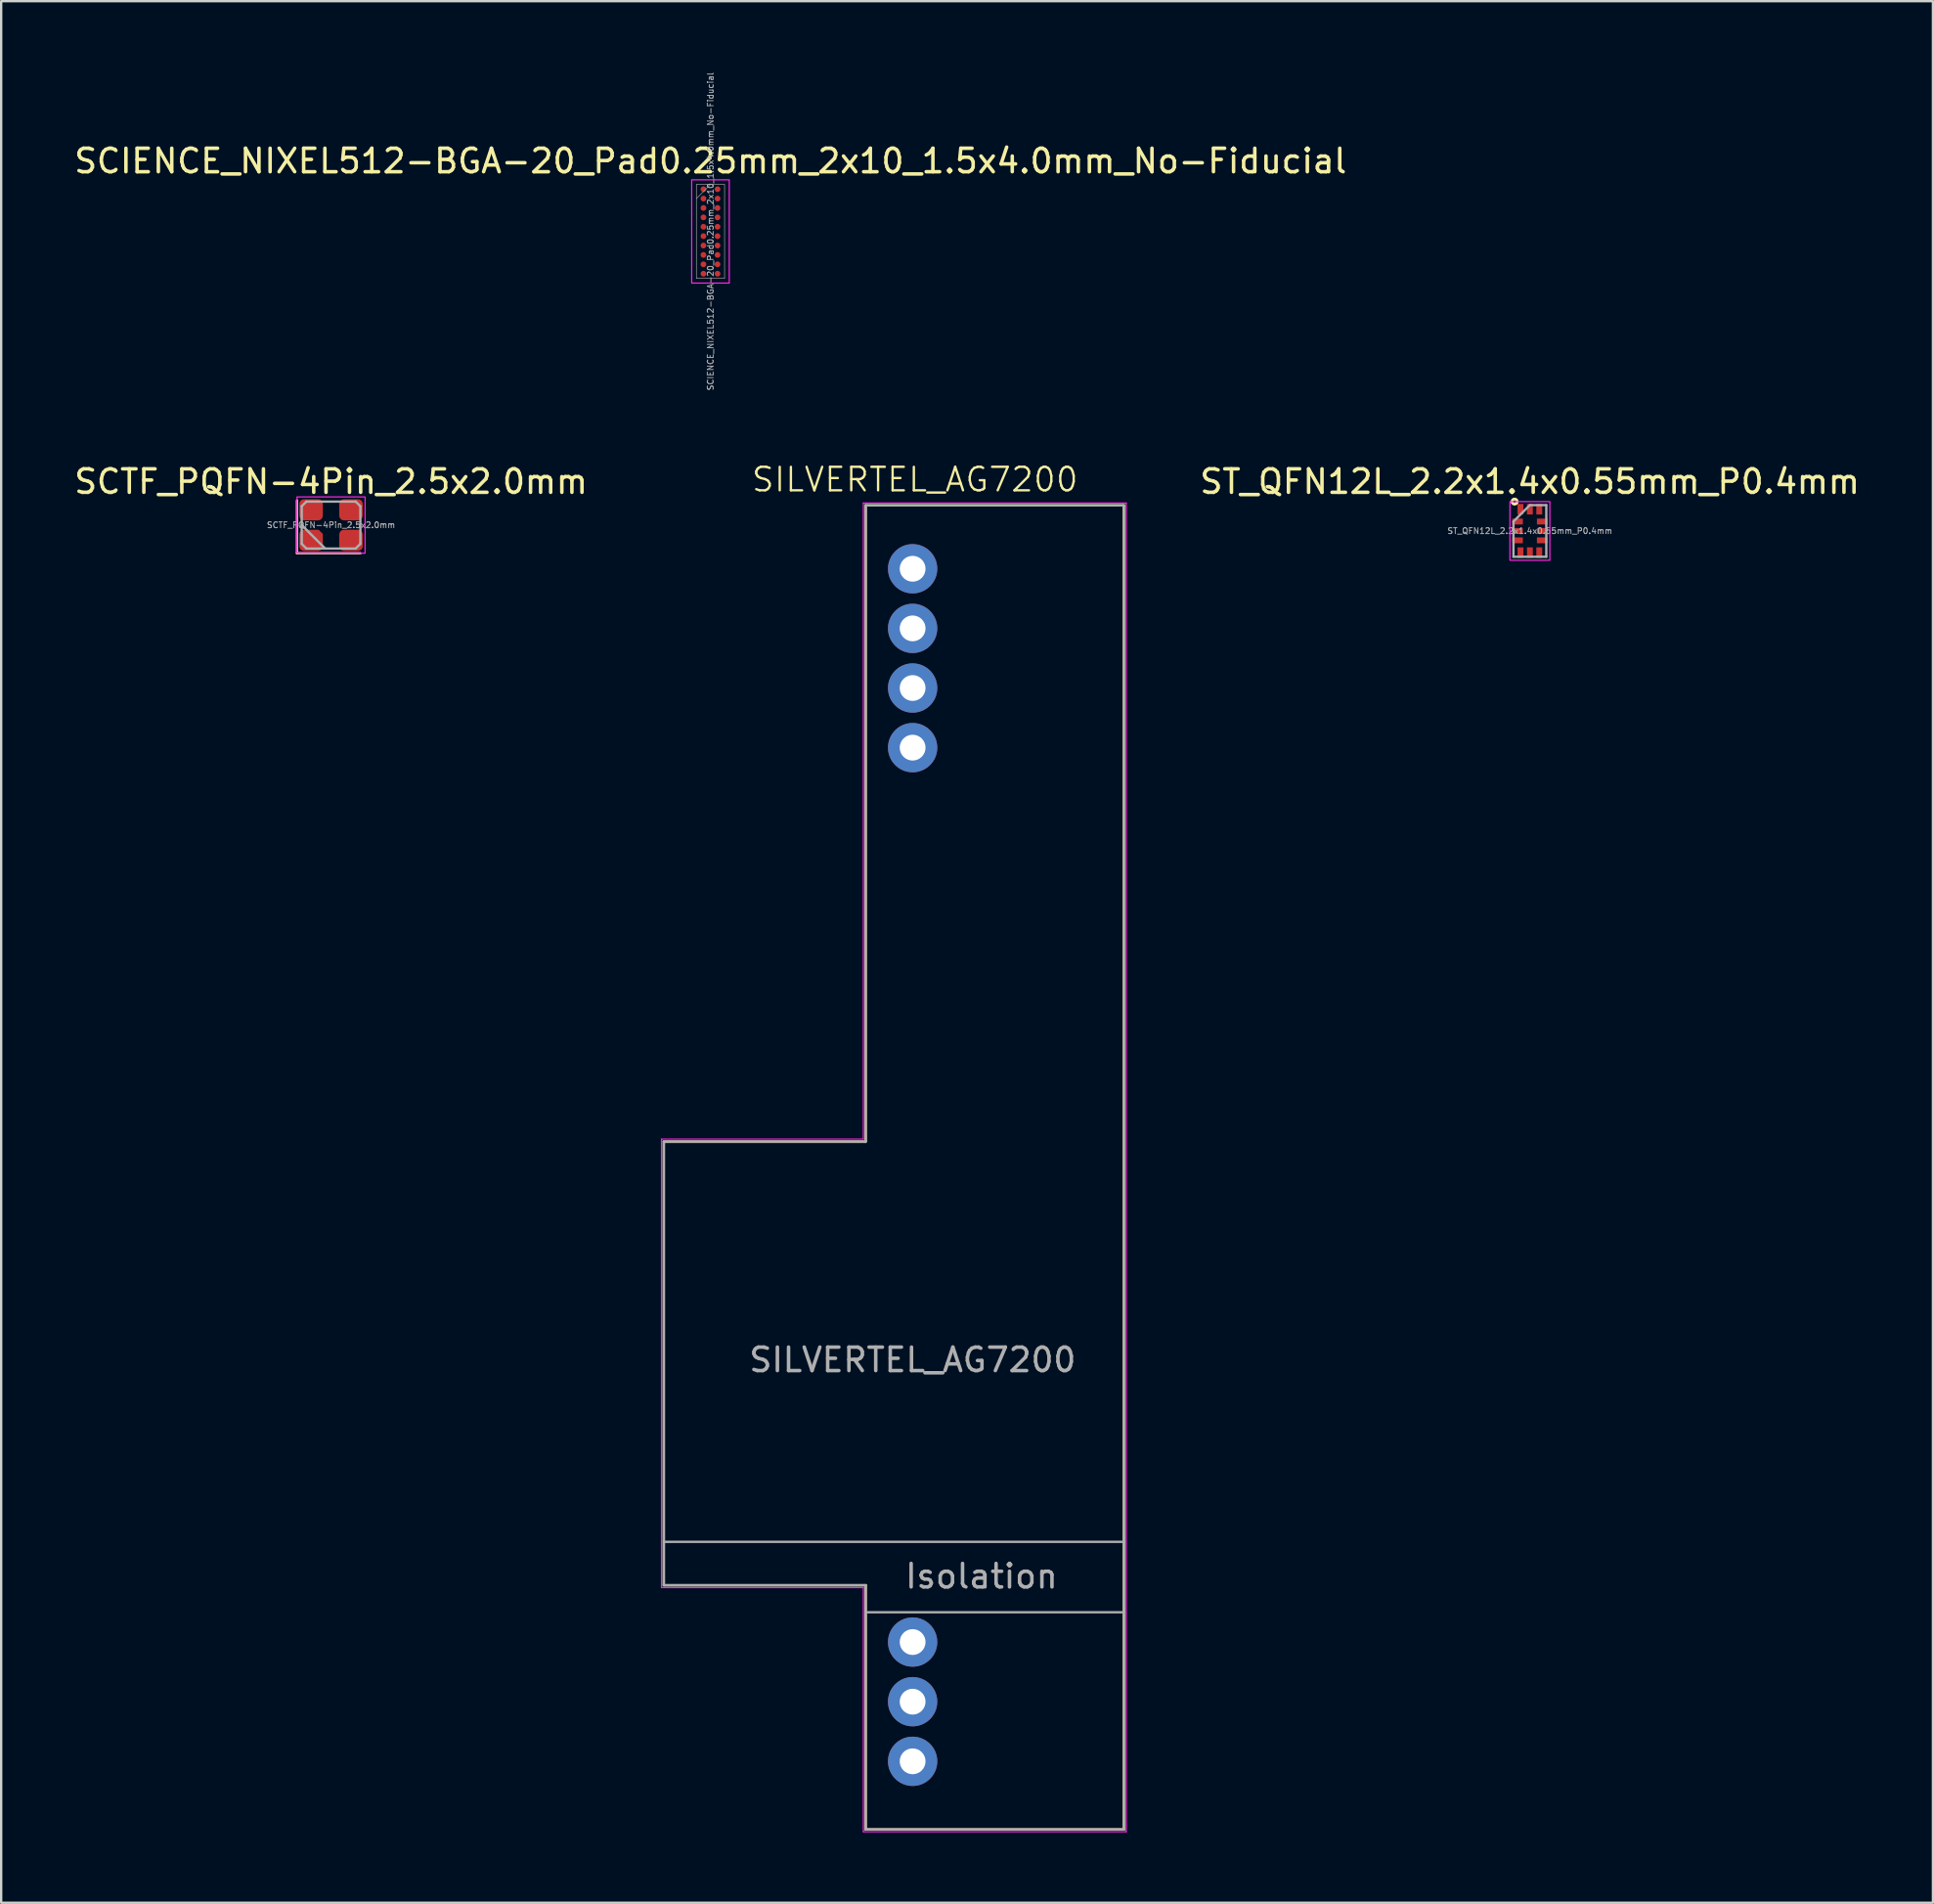
<source format=kicad_pcb>
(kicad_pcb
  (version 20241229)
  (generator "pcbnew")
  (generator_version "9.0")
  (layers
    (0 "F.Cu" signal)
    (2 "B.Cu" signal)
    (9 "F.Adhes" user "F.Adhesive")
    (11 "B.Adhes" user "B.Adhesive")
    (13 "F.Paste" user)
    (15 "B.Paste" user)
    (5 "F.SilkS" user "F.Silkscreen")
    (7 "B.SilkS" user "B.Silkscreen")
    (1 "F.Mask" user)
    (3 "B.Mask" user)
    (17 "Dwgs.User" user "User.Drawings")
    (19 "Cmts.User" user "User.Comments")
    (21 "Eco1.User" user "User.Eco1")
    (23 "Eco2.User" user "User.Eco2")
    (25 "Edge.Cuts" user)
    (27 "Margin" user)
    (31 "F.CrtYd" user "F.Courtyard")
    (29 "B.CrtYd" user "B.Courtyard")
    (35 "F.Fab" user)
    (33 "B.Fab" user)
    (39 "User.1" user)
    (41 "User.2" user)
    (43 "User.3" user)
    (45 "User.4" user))
  (footprint "SCTF_PQFN-4Pin_2.5x2.0mm"
    (layer "F.Cu")
    (at 11.054 19.316)
    (property "Reference" "SCTF_PQFN-4Pin_2.5x2.0mm" (at 0 -1.85 0) (layer "F.SilkS") (effects (font (size 1 1) (thickness 0.15))))
    (attr smd)
    (fp_line (start -1.45 -1.05) (end -1.45 1.2) (stroke (width 0.1) (type default)) (layer "F.SilkS"))
    (fp_line (start -1.45 1.2) (end 1.25 1.2) (stroke (width 0.1) (type default)) (layer "F.SilkS"))
    (fp_rect (start -1.45 -1.2) (end 1.45 1.2) (stroke (width 0.05) (type default)) (fill no) (layer "F.CrtYd"))
    (fp_line (start -1.25 -0.8) (end -1.05 -1) (stroke (width 0.1) (type solid)) (layer "F.Fab"))
    (fp_line (start -1.25 0) (end -0.25 1) (stroke (width 0.1) (type solid)) (layer "F.Fab"))
    (fp_line (start -1.25 0.8) (end -1.25 -0.8) (stroke (width 0.1) (type solid)) (layer "F.Fab"))
    (fp_line (start -1.05 -1) (end 1.05 -1) (stroke (width 0.1) (type solid)) (layer "F.Fab"))
    (fp_line (start -1.05 1) (end -1.25 0.8) (stroke (width 0.1) (type solid)) (layer "F.Fab"))
    (fp_line (start 1.05 -1) (end 1.25 -0.8) (stroke (width 0.1) (type solid)) (layer "F.Fab"))
    (fp_line (start 1.05 1) (end -1.05 1) (stroke (width 0.1) (type solid)) (layer "F.Fab"))
    (fp_line (start 1.25 -0.8) (end 1.25 0.8) (stroke (width 0.1) (type solid)) (layer "F.Fab"))
    (fp_line (start 1.25 0.8) (end 1.05 1) (stroke (width 0.1) (type solid)) (layer "F.Fab"))
    (fp_text user "${REFERENCE}" (at 0 0 0) (unlocked yes) (layer "F.Fab") (effects (font (size 0.25 0.25) (thickness 0.04))))
    (pad "1" smd roundrect (at -0.85 0.65) (size 1 0.9) (layers "F.Cu" "F.Mask" "F.Paste") (roundrect_rratio 0.222) (chamfer_ratio 0.2) (chamfer top_right))
    (pad "2" smd roundrect (at 0.85 0.65) (size 1 0.9) (layers "F.Cu" "F.Mask" "F.Paste") (roundrect_rratio 0.222))
    (pad "3" smd roundrect (at 0.85 -0.65) (size 1 0.9) (layers "F.Cu" "F.Mask" "F.Paste") (roundrect_rratio 0.222))
    (pad "4" smd roundrect (at -0.85 -0.65) (size 1 0.9) (layers "F.Cu" "F.Mask" "F.Paste") (roundrect_rratio 0.222)))
  (footprint "ST_QFN12L_2.2x1.4x0.55mm_P0.4mm"
    (layer "F.Cu")
    (at 62.13 19.566)
    (property "Reference" "ST_QFN12L_2.2x1.4x0.55mm_P0.4mm" (at 0 -2.1 0) (unlocked yes) (layer "F.SilkS") (effects (font (size 1 1) (thickness 0.15))))
    (attr smd)
    (fp_circle (center -0.65 -1.25) (end -0.65 -1.2) (stroke (width 0.12) (type default)) (fill no) (layer "F.SilkS"))
    (fp_rect (start -0.85 -1.25) (end 0.85 1.25) (stroke (width 0.05) (type default)) (fill no) (layer "F.CrtYd"))
    (fp_line (start -0.7 -0.4) (end 0 -1.1) (stroke (width 0.1) (type default)) (layer "F.Fab"))
    (fp_line (start -0.7 1.1) (end -0.7 -0.4) (stroke (width 0.1) (type default)) (layer "F.Fab"))
    (fp_line (start 0 -1.1) (end 0.7 -1.1) (stroke (width 0.1) (type default)) (layer "F.Fab"))
    (fp_line (start 0.7 -1.1) (end 0.7 1.1) (stroke (width 0.1) (type default)) (layer "F.Fab"))
    (fp_line (start 0.7 1.1) (end -0.7 1.1) (stroke (width 0.1) (type default)) (layer "F.Fab"))
    (fp_text user "${REFERENCE}" (at 0 0 0) (unlocked yes) (layer "F.Fab") (effects (font (size 0.25 0.25) (thickness 0.04))))
    (pad "1" smd rect (at -0.525 -0.4) (size 0.45 0.25) (layers "F.Cu" "F.Mask" "F.Paste"))
    (pad "2" smd rect (at -0.525 0) (size 0.45 0.25) (layers "F.Cu" "F.Mask" "F.Paste"))
    (pad "3" smd rect (at -0.525 0.4) (size 0.45 0.25) (layers "F.Cu" "F.Mask" "F.Paste"))
    (pad "4" smd rect (at -0.4 0.925 90) (size 0.45 0.25) (layers "F.Cu" "F.Mask" "F.Paste"))
    (pad "5" smd rect (at 0 0.925 90) (size 0.45 0.25) (layers "F.Cu" "F.Mask" "F.Paste"))
    (pad "6" smd rect (at 0.4 0.925 90) (size 0.45 0.25) (layers "F.Cu" "F.Mask" "F.Paste"))
    (pad "7" smd rect (at 0.525 0.4) (size 0.45 0.25) (layers "F.Cu" "F.Mask" "F.Paste"))
    (pad "8" smd rect (at 0.525 0) (size 0.45 0.25) (layers "F.Cu" "F.Mask" "F.Paste"))
    (pad "9" smd rect (at 0.525 -0.4) (size 0.45 0.25) (layers "F.Cu" "F.Mask" "F.Paste"))
    (pad "10" smd rect (at 0.4 -0.925 90) (size 0.45 0.25) (layers "F.Cu" "F.Mask" "F.Paste"))
    (pad "11" smd rect (at 0 -0.925 90) (size 0.45 0.25) (layers "F.Cu" "F.Mask" "F.Paste"))
    (pad "12" smd rect (at -0.4 -0.925 90) (size 0.45 0.25) (layers "F.Cu" "F.Mask" "F.Paste")))
  (footprint "SCIENCE_NIXEL512-BGA-20_Pad0.25mm_2x10_1.5x4.0mm_No-Fiducial"
    (layer "F.Cu")
    (at 27.22 6.809)
    (property "Reference" "SCIENCE_NIXEL512-BGA-20_Pad0.25mm_2x10_1.5x4.0mm_No-Fiducial" (at 0 -3 0) (layer "F.SilkS") (effects (font (size 1 1) (thickness 0.15))))
    (attr smd)
    (fp_rect (start -0.8 -2.2) (end 0.8 2.2) (stroke (width 0.05) (type default)) (fill no) (layer "F.CrtYd"))
    (fp_line (start -0.6 -2) (end -0.6 2) (stroke (width 0.025) (type default)) (layer "F.Fab"))
    (fp_line (start -0.6 2) (end 0.6 2) (stroke (width 0.025) (type default)) (layer "F.Fab"))
    (fp_line (start 0 -2) (end -0.6 -1.4) (stroke (width 0.025) (type default)) (layer "F.Fab"))
    (fp_line (start 0.6 -2) (end -0.6 -2) (stroke (width 0.025) (type default)) (layer "F.Fab"))
    (fp_line (start 0.6 2) (end 0.6 -2) (stroke (width 0.025) (type default)) (layer "F.Fab"))
    (fp_text user "${REFERENCE}" (at 0 0 90) (layer "F.Fab") (effects (font (size 0.25 0.25) (thickness 0.04))))
    (pad "1" smd circle (at -0.3 -1.8) (size 0.245 0.245) (layers "F.Cu" "F.Mask" "F.Paste"))
    (pad "2" smd circle (at 0.3 -1.8) (size 0.245 0.245) (layers "F.Cu" "F.Mask" "F.Paste"))
    (pad "3" smd circle (at -0.3 -1.4) (size 0.245 0.245) (layers "F.Cu" "F.Mask" "F.Paste"))
    (pad "4" smd circle (at 0.3 -1.4) (size 0.245 0.245) (layers "F.Cu" "F.Mask" "F.Paste"))
    (pad "5" smd circle (at -0.3 -1) (size 0.245 0.245) (layers "F.Cu" "F.Mask" "F.Paste"))
    (pad "6" smd circle (at 0.3 -1) (size 0.245 0.245) (layers "F.Cu" "F.Mask" "F.Paste"))
    (pad "7" smd circle (at -0.3 -0.6) (size 0.245 0.245) (layers "F.Cu" "F.Mask" "F.Paste"))
    (pad "8" smd circle (at 0.3 -0.6) (size 0.245 0.245) (layers "F.Cu" "F.Mask" "F.Paste"))
    (pad "9" smd circle (at -0.3 -0.2) (size 0.245 0.245) (layers "F.Cu" "F.Mask" "F.Paste"))
    (pad "10" smd circle (at 0.3 -0.2) (size 0.245 0.245) (layers "F.Cu" "F.Mask" "F.Paste"))
    (pad "11" smd circle (at -0.3 0.2) (size 0.245 0.245) (layers "F.Cu" "F.Mask" "F.Paste"))
    (pad "12" smd circle (at 0.3 0.2) (size 0.245 0.245) (layers "F.Cu" "F.Mask" "F.Paste"))
    (pad "13" smd circle (at -0.3 0.6) (size 0.245 0.245) (layers "F.Cu" "F.Mask" "F.Paste"))
    (pad "14" smd circle (at 0.3 0.6) (size 0.245 0.245) (layers "F.Cu" "F.Mask" "F.Paste"))
    (pad "15" smd circle (at -0.3 1) (size 0.245 0.245) (layers "F.Cu" "F.Mask" "F.Paste"))
    (pad "16" smd circle (at 0.3 1) (size 0.245 0.245) (layers "F.Cu" "F.Mask" "F.Paste"))
    (pad "17" smd circle (at -0.3 1.4) (size 0.245 0.245) (layers "F.Cu" "F.Mask" "F.Paste"))
    (pad "18" smd circle (at 0.3 1.4) (size 0.245 0.245) (layers "F.Cu" "F.Mask" "F.Paste"))
    (pad "19" smd circle (at -0.3 1.8) (size 0.245 0.245) (layers "F.Cu" "F.Mask" "F.Paste"))
    (pad "20" smd circle (at 0.3 1.8) (size 0.245 0.245) (layers "F.Cu" "F.Mask" "F.Paste")))
  (footprint "SILVERTEL_AG7200"
    (layer "F.Cu")
    (at 35.832 21.178)
    (property "Reference" "SILVERTEL_AG7200" (at 0.1 -3.8 0) (unlocked yes) (layer "F.SilkS") (effects (font (size 1 1) (thickness 0.1))))
    (attr through_hole)
    (fp_line (start -10.6 24.4) (end -2 24.4) (stroke (width 0.1) (type default)) (layer "F.SilkS"))
    (fp_line (start -10.6 43.3) (end -10.6 24.4) (stroke (width 0.1) (type default)) (layer "F.SilkS"))
    (fp_line (start -10.6 43.3) (end -2 43.3) (stroke (width 0.1) (type default)) (layer "F.SilkS"))
    (fp_line (start -2 -2.7) (end 9 -2.7) (stroke (width 0.1) (type default)) (layer "F.SilkS"))
    (fp_line (start -2 24.4) (end -2 -2.7) (stroke (width 0.1) (type default)) (layer "F.SilkS"))
    (fp_line (start -2 53.7) (end -2 43.3) (stroke (width 0.1) (type default)) (layer "F.SilkS"))
    (fp_line (start 9 -2.7) (end 9 53.7) (stroke (width 0.1) (type default)) (layer "F.SilkS"))
    (fp_line (start 9 53.7) (end -2 53.7) (stroke (width 0.1) (type default)) (layer "F.SilkS"))
    (fp_line (start -10.7 24.3) (end -2.1 24.3) (stroke (width 0.05) (type default)) (layer "F.CrtYd"))
    (fp_line (start -10.7 43.4) (end -10.7 24.3) (stroke (width 0.05) (type default)) (layer "F.CrtYd"))
    (fp_line (start -2.1 -2.8) (end 9.1 -2.8) (stroke (width 0.05) (type default)) (layer "F.CrtYd"))
    (fp_line (start -2.1 24.3) (end -2.1 -2.8) (stroke (width 0.05) (type default)) (layer "F.CrtYd"))
    (fp_line (start -2.1 43.4) (end -10.7 43.4) (stroke (width 0.05) (type default)) (layer "F.CrtYd"))
    (fp_line (start -2.1 53.8) (end -2.1 43.4) (stroke (width 0.05) (type default)) (layer "F.CrtYd"))
    (fp_line (start 9.1 -2.8) (end 9.1 53.8) (stroke (width 0.05) (type default)) (layer "F.CrtYd"))
    (fp_line (start 9.1 53.8) (end -2.1 53.8) (stroke (width 0.05) (type default)) (layer "F.CrtYd"))
    (fp_line (start -10.6 24.4) (end -2 24.4) (stroke (width 0.1) (type default)) (layer "F.Fab"))
    (fp_line (start -10.6 41.45) (end 9 41.45) (stroke (width 0.1) (type default)) (layer "F.Fab"))
    (fp_line (start -10.6 43.3) (end -10.6 24.4) (stroke (width 0.1) (type default)) (layer "F.Fab"))
    (fp_line (start -2 -2.7) (end 9 -2.7) (stroke (width 0.1) (type default)) (layer "F.Fab"))
    (fp_line (start -2 24.4) (end -2 -2.7) (stroke (width 0.1) (type default)) (layer "F.Fab"))
    (fp_line (start -2 43.3) (end -10.6 43.3) (stroke (width 0.1) (type default)) (layer "F.Fab"))
    (fp_line (start -2 44.45) (end 9 44.45) (stroke (width 0.1) (type default)) (layer "F.Fab"))
    (fp_line (start -2 53.7) (end -2 43.3) (stroke (width 0.1) (type default)) (layer "F.Fab"))
    (fp_line (start 9 -2.7) (end 9 53.7) (stroke (width 0.1) (type default)) (layer "F.Fab"))
    (fp_line (start 9 53.7) (end -2 53.7) (stroke (width 0.1) (type default)) (layer "F.Fab"))
    (fp_text user "${REFERENCE}" (at 0 33.7 0) (unlocked yes) (layer "F.Fab") (effects (font (size 1 1) (thickness 0.15))))
    (fp_text user "Isolation" (at -0.4 43.5 0) (unlocked yes) (layer "F.Fab") (effects (font (size 1 1) (thickness 0.15)) (justify left bottom)))
    (pad "1" thru_hole circle (at 0 0) (size 2.1 2.1) (drill 1.1) (layers "*.Cu" "*.Mask"))
    (pad "2" thru_hole circle (at 0 2.54) (size 2.1 2.1) (drill 1.1) (layers "*.Cu" "*.Mask"))
    (pad "3" thru_hole circle (at 0 5.08) (size 2.1 2.1) (drill 1.1) (layers "*.Cu" "*.Mask"))
    (pad "4" thru_hole circle (at 0 7.62) (size 2.1 2.1) (drill 1.1) (layers "*.Cu" "*.Mask"))
    (pad "5" thru_hole circle (at 0 45.72) (size 2.1 2.1) (drill 1.1) (layers "*.Cu" "*.Mask"))
    (pad "6" thru_hole circle (at 0 48.26) (size 2.1 2.1) (drill 1.1) (layers "*.Cu" "*.Mask"))
    (pad "7" thru_hole circle (at 0 50.8) (size 2.1 2.1) (drill 1.1) (layers "*.Cu" "*.Mask")))
  (gr_rect
    (start -3 -3)
    (end 79.302 78.003)
    (stroke (width 0.1) (type default))
    (fill no)
    (layer "Edge.Cuts")))
</source>
